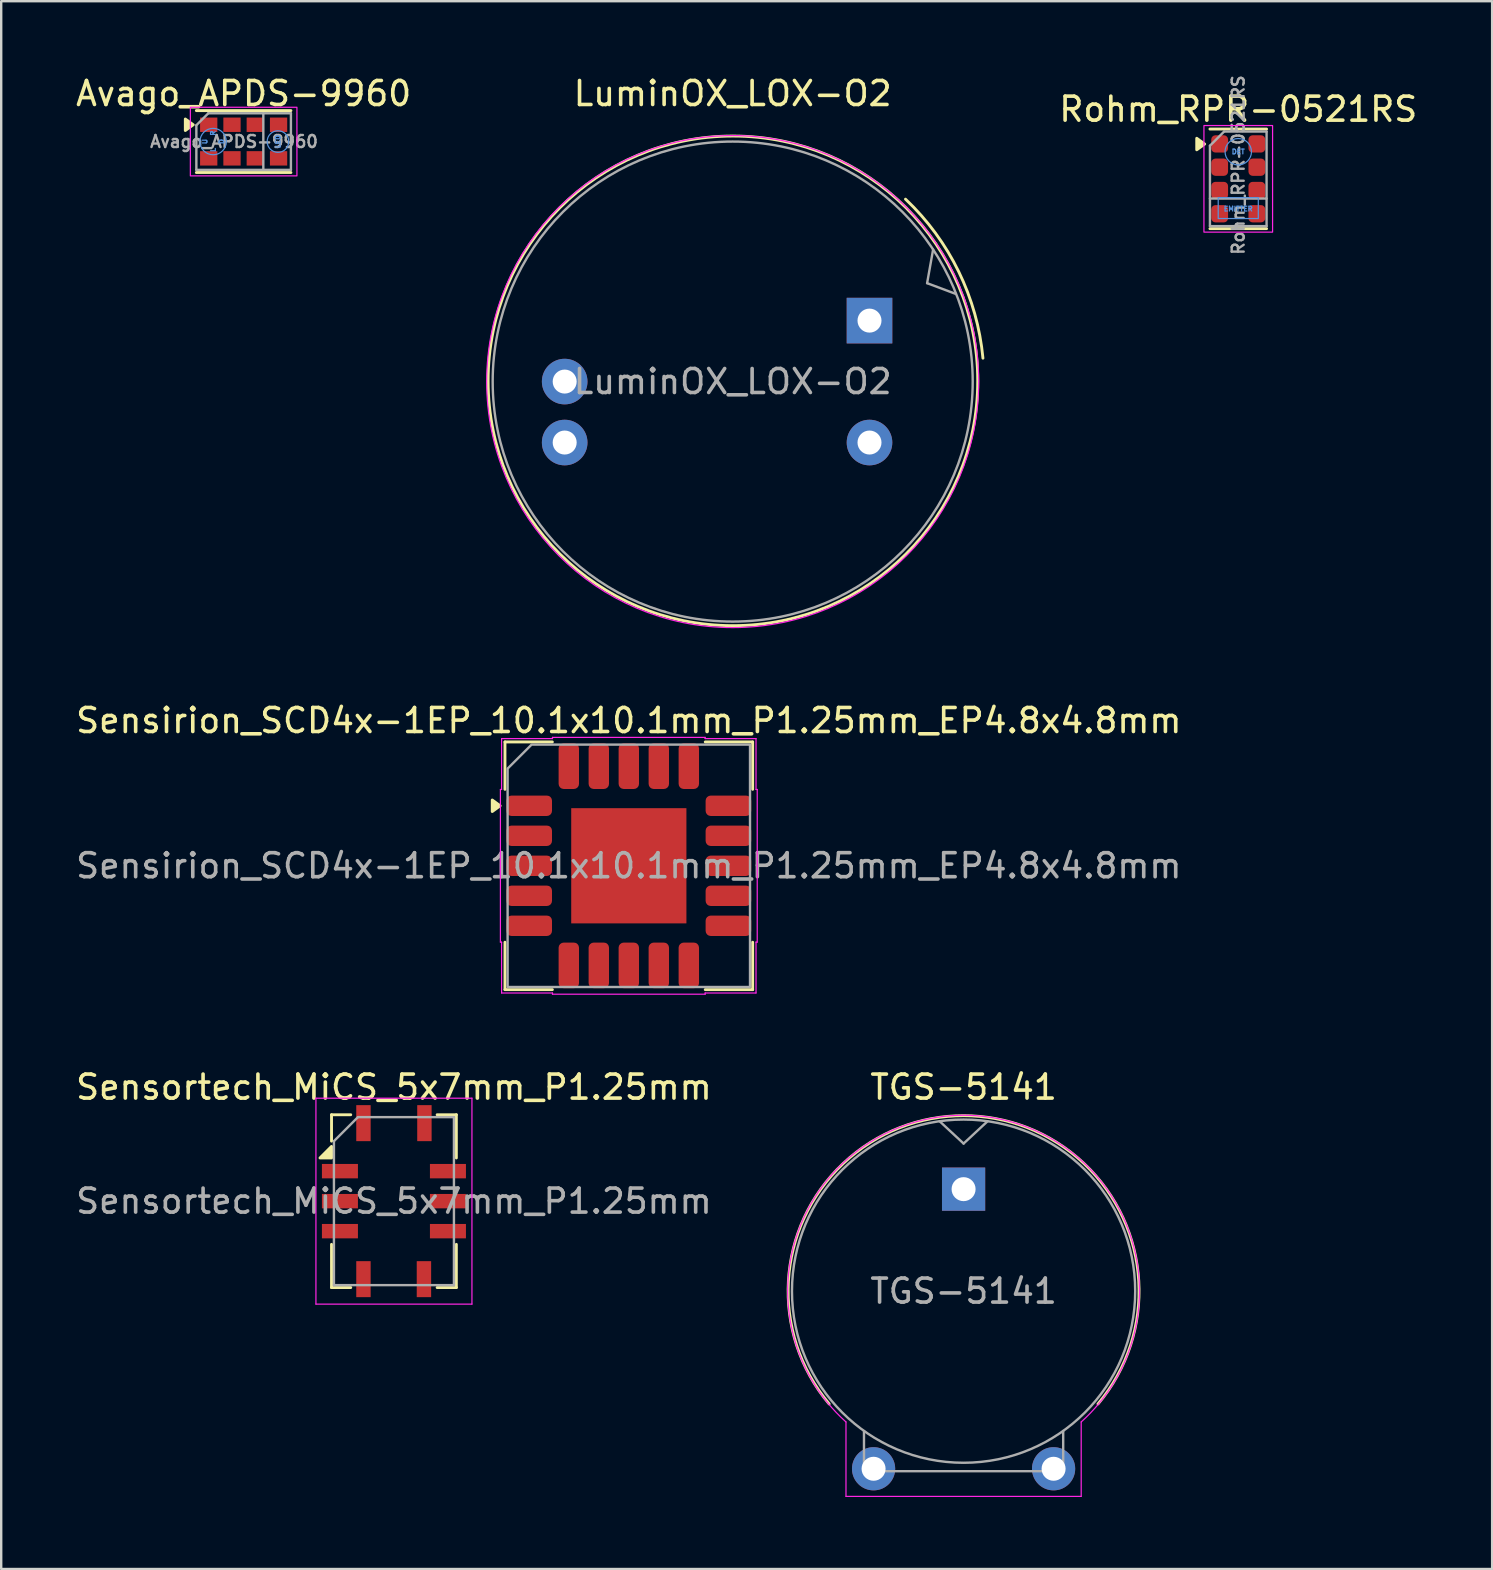
<source format=kicad_pcb>
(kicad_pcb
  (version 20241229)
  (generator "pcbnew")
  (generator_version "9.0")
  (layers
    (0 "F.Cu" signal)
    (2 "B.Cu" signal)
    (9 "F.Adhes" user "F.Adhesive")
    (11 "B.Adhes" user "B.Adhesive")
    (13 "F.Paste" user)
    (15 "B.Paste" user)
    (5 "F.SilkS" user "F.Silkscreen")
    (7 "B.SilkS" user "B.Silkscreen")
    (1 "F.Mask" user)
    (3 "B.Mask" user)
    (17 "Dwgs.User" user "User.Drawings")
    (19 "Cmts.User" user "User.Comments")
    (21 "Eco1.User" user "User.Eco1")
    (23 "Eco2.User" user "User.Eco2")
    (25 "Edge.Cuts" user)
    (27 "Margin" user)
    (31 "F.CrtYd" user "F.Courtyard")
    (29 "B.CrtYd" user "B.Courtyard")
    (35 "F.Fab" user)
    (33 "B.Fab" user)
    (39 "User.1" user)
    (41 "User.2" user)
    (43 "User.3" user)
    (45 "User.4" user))
  (footprint "TGS-5141"
    (layer "F.Cu")
    (at 37.097 46.495)
    (property "Reference" "TGS-5141" (at 0 -4.25 0) (layer "F.SilkS") (effects (font (size 1 1) (thickness 0.15))))
    (attr through_hole)
    (fp_arc (start -5.599999 8.95) (mid 0 -3.06095) (end 5.599999 8.95) (stroke (width 0.12) (type solid)) (layer "F.SilkS"))
    (fp_line (start -4.9 12.8) (end -4.9 9.7) (stroke (width 0.05) (type solid)) (layer "F.CrtYd"))
    (fp_line (start 4.9 12.8) (end -4.9 12.8) (stroke (width 0.05) (type solid)) (layer "F.CrtYd"))
    (fp_line (start 4.9 12.8) (end 4.9 9.7) (stroke (width 0.05) (type solid)) (layer "F.CrtYd"))
    (fp_arc (start -4.9 9.7) (mid 0 -3.078881) (end 4.9 9.7) (stroke (width 0.05) (type solid)) (layer "F.CrtYd"))
    (fp_line (start -4.15 11.75) (end -4.15 10.08) (stroke (width 0.1) (type solid)) (layer "F.Fab"))
    (fp_line (start -4.15 11.75) (end 4.15 11.75) (stroke (width 0.1) (type solid)) (layer "F.Fab"))
    (fp_line (start 0 -1.9) (end -1 -2.83) (stroke (width 0.1) (type solid)) (layer "F.Fab"))
    (fp_line (start 0 -1.9) (end 1 -2.83) (stroke (width 0.1) (type solid)) (layer "F.Fab"))
    (fp_line (start 4.15 11.75) (end 4.15 10.08) (stroke (width 0.1) (type solid)) (layer "F.Fab"))
    (fp_circle (center 0 4.25) (end 0 -2.9) (stroke (width 0.1) (type solid)) (fill no) (layer "F.Fab"))
    (fp_text user "${REFERENCE}" (at 0 4.25 0) (layer "F.Fab") (effects (font (size 1 1) (thickness 0.15))))
    (pad "1" thru_hole rect (at 0 0) (size 1.8 1.8) (drill 1) (layers "*.Cu" "*.Mask"))
    (pad "2" thru_hole circle (at -3.75 11.65) (size 1.8 1.8) (drill 1) (layers "*.Cu" "*.Mask"))
    (pad "2" thru_hole circle (at 3.75 11.65) (size 1.8 1.8) (drill 1) (layers "*.Cu" "*.Mask")))
  (footprint "Avago_APDS-9960"
    (layer "F.Cu")
    (at 7.101 2.848)
    (property "Reference" "Avago_APDS-9960" (at 0 -2 0) (unlocked yes) (layer "F.SilkS") (effects (font (size 1 1) (thickness 0.15))))
    (attr smd)
    (fp_line (start -1.97 -1.29) (end 1.97 -1.29) (stroke (width 0.12) (type solid)) (layer "F.SilkS"))
    (fp_line (start -1.97 1.29) (end 1.97 1.29) (stroke (width 0.12) (type solid)) (layer "F.SilkS"))
    (fp_poly (pts (xy -2.1 -0.7) (xy -2.43 -0.46) (xy -2.43 -0.94) (xy -2.1 -0.7)) (stroke (width 0.12) (type solid)) (fill yes) (layer "F.SilkS"))
    (fp_circle (center -1.27 0) (end -0.72 0) (stroke (width 0.05) (type solid)) (fill no) (layer "Cmts.User"))
    (fp_circle (center 1.43 0) (end 1.88 0) (stroke (width 0.05) (type solid)) (fill no) (layer "Cmts.User"))
    (fp_rect (start 2.22 1.43) (end -2.22 -1.43) (stroke (width 0.05) (type solid)) (fill no) (layer "F.CrtYd"))
    (fp_line (start -1.97 -0.68) (end -1.97 1.18) (stroke (width 0.1) (type solid)) (layer "F.Fab"))
    (fp_line (start -1.97 1.18) (end 1.97 1.18) (stroke (width 0.1) (type solid)) (layer "F.Fab"))
    (fp_line (start -1.47 -1.18) (end -1.97 -0.68) (stroke (width 0.1) (type solid)) (layer "F.Fab"))
    (fp_line (start 0.82 1.18) (end 0.82 -1.18) (stroke (width 0.1) (type solid)) (layer "F.Fab"))
    (fp_line (start 1.97 -1.18) (end -1.47 -1.18) (stroke (width 0.1) (type solid)) (layer "F.Fab"))
    (fp_line (start 1.97 -1.18) (end 1.97 1.18) (stroke (width 0.1) (type solid)) (layer "F.Fab"))
    (fp_text user "LED" (at 1.43 0 90) (unlocked yes) (layer "Cmts.User") (effects (font (size 0.2 0.2) (thickness 0.05))))
    (fp_text user "D" (at -0.92 0 90) (unlocked yes) (layer "Cmts.User") (effects (font (size 0.2 0.2) (thickness 0.05))))
    (fp_text user "R" (at -1.27 -0.35 90) (unlocked yes) (layer "Cmts.User") (effects (font (size 0.2 0.2) (thickness 0.05))))
    (fp_text user "L" (at -1.27 0.35 90) (unlocked yes) (layer "Cmts.User") (effects (font (size 0.2 0.2) (thickness 0.05))))
    (fp_text user "U" (at -1.62 0 90) (unlocked yes) (layer "Cmts.User") (effects (font (size 0.2 0.2) (thickness 0.05))))
    (fp_text user "${REFERENCE}" (at -0.4 0 0) (unlocked yes) (layer "F.Fab") (effects (font (size 0.5 0.5) (thickness 0.1))))
    (pad "1" smd rect (at -1.455 -0.7) (size 0.72 0.6) (layers "F.Cu" "F.Mask" "F.Paste"))
    (pad "2" smd rect (at -0.485 -0.7) (size 0.72 0.6) (layers "F.Cu" "F.Mask" "F.Paste"))
    (pad "3" smd rect (at 0.485 -0.7) (size 0.72 0.6) (layers "F.Cu" "F.Mask" "F.Paste"))
    (pad "4" smd rect (at 1.455 -0.7) (size 0.72 0.6) (layers "F.Cu" "F.Mask" "F.Paste"))
    (pad "5" smd rect (at 1.455 0.7) (size 0.72 0.6) (layers "F.Cu" "F.Mask" "F.Paste"))
    (pad "6" smd rect (at 0.485 0.7) (size 0.72 0.6) (layers "F.Cu" "F.Mask" "F.Paste"))
    (pad "7" smd rect (at -0.485 0.7) (size 0.72 0.6) (layers "F.Cu" "F.Mask" "F.Paste"))
    (pad "8" smd rect (at -1.455 0.7) (size 0.72 0.6) (layers "F.Cu" "F.Mask" "F.Paste")))
  (footprint "Sensortech_MiCS_5x7mm_P1.25mm"
    (layer "F.Cu")
    (at 13.363 46.995)
    (property "Reference" "Sensortech_MiCS_5x7mm_P1.25mm" (at 0 -4.75 0) (unlocked yes) (layer "F.SilkS") (effects (font (size 1 1) (thickness 0.15))))
    (attr smd)
    (fp_line (start -2.6 -3.6) (end -2.6 -2.5) (stroke (width 0.12) (type solid)) (layer "F.SilkS"))
    (fp_line (start -2.6 -3.6) (end -1.8 -3.6) (stroke (width 0.12) (type solid)) (layer "F.SilkS"))
    (fp_line (start -2.6 3.6) (end -2.6 1.8) (stroke (width 0.12) (type solid)) (layer "F.SilkS"))
    (fp_line (start -2.6 3.6) (end -1.8 3.6) (stroke (width 0.12) (type solid)) (layer "F.SilkS"))
    (fp_line (start 2.6 -3.6) (end 1.8 -3.6) (stroke (width 0.12) (type solid)) (layer "F.SilkS"))
    (fp_line (start 2.6 -3.6) (end 2.6 -1.8) (stroke (width 0.12) (type solid)) (layer "F.SilkS"))
    (fp_line (start 2.6 3.6) (end 1.8 3.6) (stroke (width 0.12) (type solid)) (layer "F.SilkS"))
    (fp_line (start 2.6 3.6) (end 2.6 1.8) (stroke (width 0.12) (type solid)) (layer "F.SilkS"))
    (fp_poly (pts (xy -2.6 -1.8) (xy -3.08 -1.8) (xy -2.6 -2.28) (xy -2.6 -1.8)) (stroke (width 0.12) (type solid)) (fill yes) (layer "F.SilkS"))
    (fp_line (start -3.25 -4.29) (end -3.25 4.29) (stroke (width 0.05) (type solid)) (layer "F.CrtYd"))
    (fp_line (start -3.25 4.29) (end 3.25 4.29) (stroke (width 0.05) (type solid)) (layer "F.CrtYd"))
    (fp_line (start 3.25 -4.29) (end -3.25 -4.29) (stroke (width 0.05) (type solid)) (layer "F.CrtYd"))
    (fp_line (start 3.25 4.29) (end 3.25 -4.29) (stroke (width 0.05) (type solid)) (layer "F.CrtYd"))
    (fp_line (start -2.5 3.5) (end -2.5 -2.5) (stroke (width 0.1) (type solid)) (layer "F.Fab"))
    (fp_line (start -1.5 -3.5) (end -2.5 -2.5) (stroke (width 0.1) (type solid)) (layer "F.Fab"))
    (fp_line (start -1.5 -3.5) (end 2.5 -3.5) (stroke (width 0.1) (type solid)) (layer "F.Fab"))
    (fp_line (start 2.5 -3.5) (end 2.5 3.5) (stroke (width 0.1) (type solid)) (layer "F.Fab"))
    (fp_line (start 2.5 3.5) (end -2.5 3.5) (stroke (width 0.1) (type solid)) (layer "F.Fab"))
    (fp_text user "${REFERENCE}" (at 0 0 0) (unlocked yes) (layer "F.Fab") (effects (font (size 1 1) (thickness 0.15))))
    (pad "A" smd rect (at -2.25 -1.25 90) (size 0.6 1.5) (layers "F.Cu" "F.Mask" "F.Paste"))
    (pad "B" smd rect (at -2.25 0 90) (size 0.6 1.5) (layers "F.Cu" "F.Mask" "F.Paste"))
    (pad "C" smd rect (at -2.25 1.25 90) (size 0.6 1.5) (layers "F.Cu" "F.Mask" "F.Paste"))
    (pad "D" smd rect (at -1.27 3.25 180) (size 0.6 1.5) (layers "F.Cu" "F.Mask" "F.Paste"))
    (pad "E" smd rect (at 1.25 3.25 180) (size 0.6 1.5) (layers "F.Cu" "F.Mask" "F.Paste"))
    (pad "F" smd rect (at 2.25 1.25 270) (size 0.6 1.5) (layers "F.Cu" "F.Mask" "F.Paste"))
    (pad "G" smd rect (at 2.25 0 270) (size 0.6 1.5) (layers "F.Cu" "F.Mask" "F.Paste"))
    (pad "H" smd rect (at 2.25 -1.25 270) (size 0.6 1.5) (layers "F.Cu" "F.Mask" "F.Paste"))
    (pad "J" smd rect (at 1.27 -3.25 180) (size 0.6 1.5) (layers "F.Cu" "F.Mask" "F.Paste"))
    (pad "K" smd rect (at -1.27 -3.25 180) (size 0.6 1.5) (layers "F.Cu" "F.Mask" "F.Paste")))
  (footprint "Rohm_RPR-0521RS"
    (layer "F.Cu")
    (at 48.541 4.401)
    (property "Reference" "Rohm_RPR-0521RS" (at 0 -2.9 0) (unlocked yes) (layer "F.SilkS") (effects (font (size 1 1) (thickness 0.15))))
    (attr smd)
    (fp_line (start -1.18 -2.075) (end 1.18 -2.075) (stroke (width 0.12) (type default)) (layer "F.SilkS"))
    (fp_line (start -1.18 2.075) (end 1.18 2.075) (stroke (width 0.12) (type default)) (layer "F.SilkS"))
    (fp_poly (pts (xy -1.4 -1.45) (xy -1.73 -1.21) (xy -1.73 -1.69) (xy -1.4 -1.45)) (stroke (width 0.12) (type solid)) (fill yes) (layer "F.SilkS"))
    (fp_rect (start 0.835 0.785) (end -0.835 1.655) (stroke (width 0.05) (type default)) (fill no) (layer "Cmts.User"))
    (fp_circle (center 0 -1.13) (end 0 -0.58) (stroke (width 0.05) (type solid)) (fill no) (layer "Cmts.User"))
    (fp_rect (start -1.43 2.22) (end 1.43 -2.22) (stroke (width 0.05) (type solid)) (fill no) (layer "F.CrtYd"))
    (fp_line (start -1.18 -1.38) (end -0.59 -1.97) (stroke (width 0.1) (type solid)) (layer "F.Fab"))
    (fp_line (start -1.18 0.82) (end 1.18 0.82) (stroke (width 0.1) (type solid)) (layer "F.Fab"))
    (fp_line (start -1.18 1.97) (end -1.18 -1.38) (stroke (width 0.1) (type solid)) (layer "F.Fab"))
    (fp_line (start -0.59 -1.97) (end 1.18 -1.97) (stroke (width 0.1) (type solid)) (layer "F.Fab"))
    (fp_line (start 1.18 -1.97) (end 1.18 1.97) (stroke (width 0.1) (type solid)) (layer "F.Fab"))
    (fp_line (start 1.18 1.97) (end -1.18 1.97) (stroke (width 0.1) (type solid)) (layer "F.Fab"))
    (fp_text user "EMITTER" (at 0 1.25 0) (unlocked yes) (layer "Cmts.User") (effects (font (size 0.2 0.2) (thickness 0.05))))
    (fp_text user "DET" (at 0 -1.13 0) (unlocked yes) (layer "Cmts.User") (effects (font (size 0.2 0.2) (thickness 0.05))))
    (fp_text user "${REFERENCE}" (at 0 -0.575 90) (unlocked yes) (layer "F.Fab") (effects (font (size 0.5 0.5) (thickness 0.1))))
    (pad "1" smd roundrect (at -0.775 -1.455 270) (size 0.72 0.7) (layers "F.Cu" "F.Mask" "F.Paste") (roundrect_rratio 0.25))
    (pad "2" smd roundrect (at -0.775 -0.485 270) (size 0.72 0.7) (layers "F.Cu" "F.Mask" "F.Paste") (roundrect_rratio 0.25))
    (pad "3" smd roundrect (at -0.775 0.485 270) (size 0.72 0.7) (layers "F.Cu" "F.Mask" "F.Paste") (roundrect_rratio 0.25))
    (pad "4" smd roundrect (at -0.775 1.455 270) (size 0.72 0.7) (layers "F.Cu" "F.Mask" "F.Paste") (roundrect_rratio 0.25))
    (pad "5" smd roundrect (at 0.775 1.455 270) (size 0.72 0.7) (layers "F.Cu" "F.Mask" "F.Paste") (roundrect_rratio 0.25))
    (pad "6" smd roundrect (at 0.775 0.485 270) (size 0.72 0.7) (layers "F.Cu" "F.Mask" "F.Paste") (roundrect_rratio 0.25))
    (pad "7" smd roundrect (at 0.775 -0.485 270) (size 0.72 0.7) (layers "F.Cu" "F.Mask" "F.Paste") (roundrect_rratio 0.25))
    (pad "8" smd roundrect (at 0.775 -1.455 270) (size 0.72 0.7) (layers "F.Cu" "F.Mask" "F.Paste") (roundrect_rratio 0.25)))
  (footprint "Sensirion_SCD4x-1EP_10.1x10.1mm_P1.25mm_EP4.8x4.8mm"
    (layer "F.Cu")
    (at 23.149 33.022)
    (property "Reference" "Sensirion_SCD4x-1EP_10.1x10.1mm_P1.25mm_EP4.8x4.8mm" (at 0 -6.05 0) (layer "F.SilkS") (effects (font (size 1 1) (thickness 0.15))))
    (attr smd)
    (fp_line (start -5.16 -5.16) (end -3.185 -5.16) (stroke (width 0.12) (type solid)) (layer "F.SilkS"))
    (fp_line (start -5.16 -3.185) (end -5.16 -5.16) (stroke (width 0.12) (type solid)) (layer "F.SilkS"))
    (fp_line (start -5.16 5.16) (end -5.16 3.185) (stroke (width 0.12) (type solid)) (layer "F.SilkS"))
    (fp_line (start -3.185 5.16) (end -5.16 5.16) (stroke (width 0.12) (type solid)) (layer "F.SilkS"))
    (fp_line (start 3.185 -5.16) (end 5.16 -5.16) (stroke (width 0.12) (type solid)) (layer "F.SilkS"))
    (fp_line (start 5.16 -5.16) (end 5.16 -3.185) (stroke (width 0.12) (type solid)) (layer "F.SilkS"))
    (fp_line (start 5.16 3.185) (end 5.16 5.16) (stroke (width 0.12) (type solid)) (layer "F.SilkS"))
    (fp_line (start 5.16 5.16) (end 3.185 5.16) (stroke (width 0.12) (type solid)) (layer "F.SilkS"))
    (fp_poly (pts (xy -5.36 -2.5) (xy -5.69 -2.26) (xy -5.69 -2.74)) (stroke (width 0.12) (type solid)) (fill yes) (layer "F.SilkS"))
    (fp_line (start -5.35 -3.18) (end -5.3 -3.18) (stroke (width 0.05) (type solid)) (layer "F.CrtYd"))
    (fp_line (start -5.35 3.18) (end -5.35 -3.18) (stroke (width 0.05) (type solid)) (layer "F.CrtYd"))
    (fp_line (start -5.3 -5.3) (end -3.18 -5.3) (stroke (width 0.05) (type solid)) (layer "F.CrtYd"))
    (fp_line (start -5.3 -3.18) (end -5.3 -5.3) (stroke (width 0.05) (type solid)) (layer "F.CrtYd"))
    (fp_line (start -5.3 3.18) (end -5.35 3.18) (stroke (width 0.05) (type solid)) (layer "F.CrtYd"))
    (fp_line (start -5.3 5.3) (end -5.3 3.18) (stroke (width 0.05) (type solid)) (layer "F.CrtYd"))
    (fp_line (start -3.18 -5.35) (end 3.18 -5.35) (stroke (width 0.05) (type solid)) (layer "F.CrtYd"))
    (fp_line (start -3.18 -5.3) (end -3.18 -5.35) (stroke (width 0.05) (type solid)) (layer "F.CrtYd"))
    (fp_line (start -3.18 5.3) (end -5.3 5.3) (stroke (width 0.05) (type solid)) (layer "F.CrtYd"))
    (fp_line (start -3.18 5.35) (end -3.18 5.3) (stroke (width 0.05) (type solid)) (layer "F.CrtYd"))
    (fp_line (start 3.18 -5.35) (end 3.18 -5.3) (stroke (width 0.05) (type solid)) (layer "F.CrtYd"))
    (fp_line (start 3.18 -5.3) (end 5.3 -5.3) (stroke (width 0.05) (type solid)) (layer "F.CrtYd"))
    (fp_line (start 3.18 5.3) (end 3.18 5.35) (stroke (width 0.05) (type solid)) (layer "F.CrtYd"))
    (fp_line (start 3.18 5.35) (end -3.18 5.35) (stroke (width 0.05) (type solid)) (layer "F.CrtYd"))
    (fp_line (start 5.3 -5.3) (end 5.3 -3.18) (stroke (width 0.05) (type solid)) (layer "F.CrtYd"))
    (fp_line (start 5.3 -3.18) (end 5.35 -3.18) (stroke (width 0.05) (type solid)) (layer "F.CrtYd"))
    (fp_line (start 5.3 3.18) (end 5.3 5.3) (stroke (width 0.05) (type solid)) (layer "F.CrtYd"))
    (fp_line (start 5.3 5.3) (end 3.18 5.3) (stroke (width 0.05) (type solid)) (layer "F.CrtYd"))
    (fp_line (start 5.35 -3.18) (end 5.35 3.18) (stroke (width 0.05) (type solid)) (layer "F.CrtYd"))
    (fp_line (start 5.35 3.18) (end 5.3 3.18) (stroke (width 0.05) (type solid)) (layer "F.CrtYd"))
    (fp_poly (pts (xy -5.05 -4.05) (xy -5.05 5.05) (xy 5.05 5.05) (xy 5.05 -5.05) (xy -4.05 -5.05)) (stroke (width 0.1) (type solid)) (fill no) (layer "F.Fab"))
    (fp_text user "${REFERENCE}" (at 0 0 0) (layer "F.Fab") (effects (font (size 1 1) (thickness 0.15))))
    (pad "" smd roundrect (at -1.2 -1.2) (size 1.93 1.93) (layers "F.Paste") (roundrect_rratio 0.13))
    (pad "" smd roundrect (at -1.2 1.2) (size 1.93 1.93) (layers "F.Paste") (roundrect_rratio 0.13))
    (pad "" smd roundrect (at 1.2 -1.2) (size 1.93 1.93) (layers "F.Paste") (roundrect_rratio 0.13))
    (pad "" smd roundrect (at 1.2 1.2) (size 1.93 1.93) (layers "F.Paste") (roundrect_rratio 0.13))
    (pad "1" smd roundrect (at -4.15 -2.5) (size 1.9 0.85) (layers "F.Cu" "F.Mask" "F.Paste") (roundrect_rratio 0.25))
    (pad "2" smd roundrect (at -4.15 -1.25) (size 1.9 0.85) (layers "F.Cu" "F.Mask" "F.Paste") (roundrect_rratio 0.25))
    (pad "3" smd roundrect (at -4.15 0) (size 1.9 0.85) (layers "F.Cu" "F.Mask" "F.Paste") (roundrect_rratio 0.25))
    (pad "4" smd roundrect (at -4.15 1.25) (size 1.9 0.85) (layers "F.Cu" "F.Mask" "F.Paste") (roundrect_rratio 0.25))
    (pad "5" smd roundrect (at -4.15 2.5) (size 1.9 0.85) (layers "F.Cu" "F.Mask" "F.Paste") (roundrect_rratio 0.25))
    (pad "6" smd roundrect (at -2.5 4.15) (size 0.85 1.9) (layers "F.Cu" "F.Mask" "F.Paste") (roundrect_rratio 0.25))
    (pad "7" smd roundrect (at -1.25 4.15) (size 0.85 1.9) (layers "F.Cu" "F.Mask" "F.Paste") (roundrect_rratio 0.25))
    (pad "8" smd roundrect (at 0 4.15) (size 0.85 1.9) (layers "F.Cu" "F.Mask" "F.Paste") (roundrect_rratio 0.25))
    (pad "9" smd roundrect (at 1.25 4.15) (size 0.85 1.9) (layers "F.Cu" "F.Mask" "F.Paste") (roundrect_rratio 0.25))
    (pad "10" smd roundrect (at 2.5 4.15) (size 0.85 1.9) (layers "F.Cu" "F.Mask" "F.Paste") (roundrect_rratio 0.25))
    (pad "11" smd roundrect (at 4.15 2.5) (size 1.9 0.85) (layers "F.Cu" "F.Mask" "F.Paste") (roundrect_rratio 0.25))
    (pad "12" smd roundrect (at 4.15 1.25) (size 1.9 0.85) (layers "F.Cu" "F.Mask" "F.Paste") (roundrect_rratio 0.25))
    (pad "13" smd roundrect (at 4.15 0) (size 1.9 0.85) (layers "F.Cu" "F.Mask" "F.Paste") (roundrect_rratio 0.25))
    (pad "14" smd roundrect (at 4.15 -1.25) (size 1.9 0.85) (layers "F.Cu" "F.Mask" "F.Paste") (roundrect_rratio 0.25))
    (pad "15" smd roundrect (at 4.15 -2.5) (size 1.9 0.85) (layers "F.Cu" "F.Mask" "F.Paste") (roundrect_rratio 0.25))
    (pad "16" smd roundrect (at 2.5 -4.15) (size 0.85 1.9) (layers "F.Cu" "F.Mask" "F.Paste") (roundrect_rratio 0.25))
    (pad "17" smd roundrect (at 1.25 -4.15) (size 0.85 1.9) (layers "F.Cu" "F.Mask" "F.Paste") (roundrect_rratio 0.25))
    (pad "18" smd roundrect (at 0 -4.15) (size 0.85 1.9) (layers "F.Cu" "F.Mask" "F.Paste") (roundrect_rratio 0.25))
    (pad "19" smd roundrect (at -1.25 -4.15) (size 0.85 1.9) (layers "F.Cu" "F.Mask" "F.Paste") (roundrect_rratio 0.25))
    (pad "20" smd roundrect (at -2.5 -4.15) (size 0.85 1.9) (layers "F.Cu" "F.Mask" "F.Paste") (roundrect_rratio 0.25))
    (pad "21" smd rect (at 0 0) (size 4.8 4.8) (property pad_prop_heatsink) (layers "F.Cu" "F.Mask")))
  (footprint "LuminOX_LOX-O2"
    (layer "F.Cu")
    (at 33.177 10.308)
    (property "Reference" "LuminOX_LOX-O2" (at -5.7 -9.46 0) (unlocked yes) (layer "F.SilkS") (effects (font (size 1 1) (thickness 0.15))))
    (attr through_hole)
    (fp_arc (start 1.499999 -5.059999) (mid 3.716011 -2.040723) (end 4.726649 1.565571) (stroke (width 0.12) (type solid)) (layer "F.SilkS"))
    (fp_circle (center -5.69 2.51) (end -5.7 -7.69) (stroke (width 0.12) (type solid)) (fill no) (layer "F.SilkS"))
    (fp_circle (center -5.7 2.54) (end -5.7 -7.71) (stroke (width 0.05) (type solid)) (fill no) (layer "F.CrtYd"))
    (fp_line (start 2.4 -1.56) (end 2.65 -2.96) (stroke (width 0.1) (type solid)) (layer "F.Fab"))
    (fp_line (start 2.4 -1.56) (end 3.6 -1.11) (stroke (width 0.1) (type solid)) (layer "F.Fab"))
    (fp_circle (center -5.7 2.54) (end -5.7 -7.46) (stroke (width 0.1) (type solid)) (fill no) (layer "F.Fab"))
    (fp_text user "${REFERENCE}" (at -5.7 2.54 0) (unlocked yes) (layer "F.Fab") (effects (font (size 1 1) (thickness 0.15))))
    (pad "1" thru_hole rect (at 0 0) (size 1.9 1.9) (drill 1) (layers "*.Cu" "*.Mask"))
    (pad "2" thru_hole circle (at 0 5.08) (size 1.9 1.9) (drill 1) (layers "*.Cu" "*.Mask"))
    (pad "3" thru_hole circle (at -12.7 2.54) (size 1.9 1.9) (drill 1) (layers "*.Cu" "*.Mask"))
    (pad "4" thru_hole circle (at -12.7 5.08) (size 1.9 1.9) (drill 1) (layers "*.Cu" "*.Mask")))
  (gr_rect
    (start -3 -3)
    (end 59.119 62.32)
    (stroke (width 0.1) (type default))
    (fill no)
    (layer "Edge.Cuts")))
</source>
